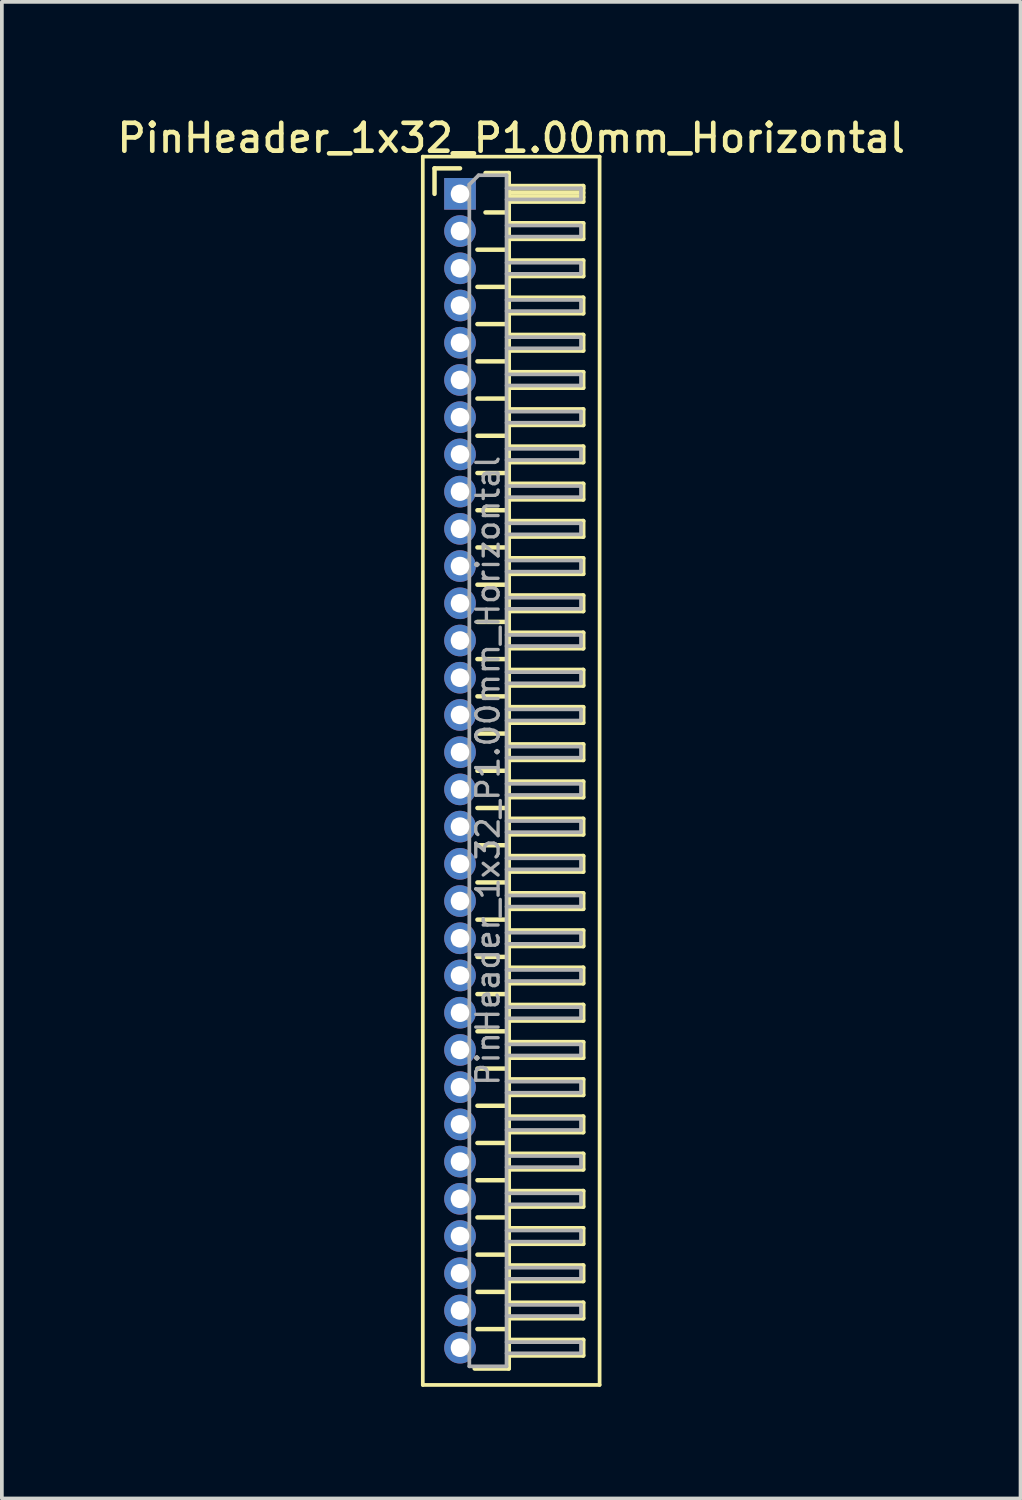
<source format=kicad_pcb>
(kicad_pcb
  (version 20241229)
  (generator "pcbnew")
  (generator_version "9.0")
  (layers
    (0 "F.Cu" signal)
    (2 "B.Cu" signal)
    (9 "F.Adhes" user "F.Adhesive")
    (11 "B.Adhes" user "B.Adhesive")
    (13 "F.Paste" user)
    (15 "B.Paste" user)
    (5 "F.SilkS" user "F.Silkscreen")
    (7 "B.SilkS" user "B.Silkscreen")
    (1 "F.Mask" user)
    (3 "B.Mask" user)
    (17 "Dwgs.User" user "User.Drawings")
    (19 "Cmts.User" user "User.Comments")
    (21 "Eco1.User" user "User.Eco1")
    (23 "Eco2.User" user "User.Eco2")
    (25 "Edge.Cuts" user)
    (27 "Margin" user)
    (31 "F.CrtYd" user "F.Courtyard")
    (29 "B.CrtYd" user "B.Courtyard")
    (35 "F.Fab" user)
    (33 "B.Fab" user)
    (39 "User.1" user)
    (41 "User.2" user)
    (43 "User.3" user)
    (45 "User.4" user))
  (footprint "PinHeader_1x32_P1.00mm_Horizontal"
    (layer "F.Cu")
    (at 9.309 2.158)
    (property "Reference" "PinHeader_1x32_P1.00mm_Horizontal" (at 1.375 -1.5 0) (layer "F.SilkS") (effects (font (size 0.75 0.75) (thickness 0.125))))
    (attr through_hole)
    (fp_line (start -1 -1) (end -1 32) (stroke (width 0.1) (type solid)) (layer "F.SilkS"))
    (fp_line (start -1 32) (end 3.75 32) (stroke (width 0.1) (type solid)) (layer "F.SilkS"))
    (fp_line (start -0.685 -0.685) (end 0 -0.685) (stroke (width 0.12) (type solid)) (layer "F.SilkS"))
    (fp_line (start -0.685 0) (end -0.685 -0.685) (stroke (width 0.12) (type solid)) (layer "F.SilkS"))
    (fp_line (start 0.468 1.5) (end 1.31 1.5) (stroke (width 0.12) (type solid)) (layer "F.SilkS"))
    (fp_line (start 0.468 2.5) (end 1.31 2.5) (stroke (width 0.12) (type solid)) (layer "F.SilkS"))
    (fp_line (start 0.468 3.5) (end 1.31 3.5) (stroke (width 0.12) (type solid)) (layer "F.SilkS"))
    (fp_line (start 0.468 4.5) (end 1.31 4.5) (stroke (width 0.12) (type solid)) (layer "F.SilkS"))
    (fp_line (start 0.468 5.5) (end 1.31 5.5) (stroke (width 0.12) (type solid)) (layer "F.SilkS"))
    (fp_line (start 0.468 6.5) (end 1.31 6.5) (stroke (width 0.12) (type solid)) (layer "F.SilkS"))
    (fp_line (start 0.468 7.5) (end 1.31 7.5) (stroke (width 0.12) (type solid)) (layer "F.SilkS"))
    (fp_line (start 0.468 8.5) (end 1.31 8.5) (stroke (width 0.12) (type solid)) (layer "F.SilkS"))
    (fp_line (start 0.468 9.5) (end 1.31 9.5) (stroke (width 0.12) (type solid)) (layer "F.SilkS"))
    (fp_line (start 0.468 10.5) (end 1.31 10.5) (stroke (width 0.12) (type solid)) (layer "F.SilkS"))
    (fp_line (start 0.468 11.5) (end 1.31 11.5) (stroke (width 0.12) (type solid)) (layer "F.SilkS"))
    (fp_line (start 0.468 12.5) (end 1.31 12.5) (stroke (width 0.12) (type solid)) (layer "F.SilkS"))
    (fp_line (start 0.468 13.5) (end 1.31 13.5) (stroke (width 0.12) (type solid)) (layer "F.SilkS"))
    (fp_line (start 0.468 14.5) (end 1.31 14.5) (stroke (width 0.12) (type solid)) (layer "F.SilkS"))
    (fp_line (start 0.468 15.5) (end 1.31 15.5) (stroke (width 0.12) (type solid)) (layer "F.SilkS"))
    (fp_line (start 0.468 16.5) (end 1.31 16.5) (stroke (width 0.12) (type solid)) (layer "F.SilkS"))
    (fp_line (start 0.468 17.5) (end 1.31 17.5) (stroke (width 0.12) (type solid)) (layer "F.SilkS"))
    (fp_line (start 0.468 18.5) (end 1.31 18.5) (stroke (width 0.12) (type solid)) (layer "F.SilkS"))
    (fp_line (start 0.468 19.5) (end 1.31 19.5) (stroke (width 0.12) (type solid)) (layer "F.SilkS"))
    (fp_line (start 0.468 20.5) (end 1.31 20.5) (stroke (width 0.12) (type solid)) (layer "F.SilkS"))
    (fp_line (start 0.468 21.5) (end 1.31 21.5) (stroke (width 0.12) (type solid)) (layer "F.SilkS"))
    (fp_line (start 0.468 22.5) (end 1.31 22.5) (stroke (width 0.12) (type solid)) (layer "F.SilkS"))
    (fp_line (start 0.468 23.5) (end 1.31 23.5) (stroke (width 0.12) (type solid)) (layer "F.SilkS"))
    (fp_line (start 0.468 24.5) (end 1.31 24.5) (stroke (width 0.12) (type solid)) (layer "F.SilkS"))
    (fp_line (start 0.468 25.5) (end 1.31 25.5) (stroke (width 0.12) (type solid)) (layer "F.SilkS"))
    (fp_line (start 0.468 26.5) (end 1.31 26.5) (stroke (width 0.12) (type solid)) (layer "F.SilkS"))
    (fp_line (start 0.468 27.5) (end 1.31 27.5) (stroke (width 0.12) (type solid)) (layer "F.SilkS"))
    (fp_line (start 0.468 28.5) (end 1.31 28.5) (stroke (width 0.12) (type solid)) (layer "F.SilkS"))
    (fp_line (start 0.468 29.5) (end 1.31 29.5) (stroke (width 0.12) (type solid)) (layer "F.SilkS"))
    (fp_line (start 0.468 30.5) (end 1.31 30.5) (stroke (width 0.12) (type solid)) (layer "F.SilkS"))
    (fp_line (start 0.685 -0.56) (end 1.31 -0.56) (stroke (width 0.12) (type solid)) (layer "F.SilkS"))
    (fp_line (start 0.685 0.5) (end 1.31 0.5) (stroke (width 0.12) (type solid)) (layer "F.SilkS"))
    (fp_line (start 1.31 -0.56) (end 1.31 31.56) (stroke (width 0.12) (type solid)) (layer "F.SilkS"))
    (fp_line (start 1.31 -0.21) (end 3.31 -0.21) (stroke (width 0.12) (type solid)) (layer "F.SilkS"))
    (fp_line (start 1.31 -0.15) (end 3.31 -0.15) (stroke (width 0.12) (type solid)) (layer "F.SilkS"))
    (fp_line (start 1.31 -0.03) (end 3.31 -0.03) (stroke (width 0.12) (type solid)) (layer "F.SilkS"))
    (fp_line (start 1.31 0.09) (end 3.31 0.09) (stroke (width 0.12) (type solid)) (layer "F.SilkS"))
    (fp_line (start 1.31 0.79) (end 3.31 0.79) (stroke (width 0.12) (type solid)) (layer "F.SilkS"))
    (fp_line (start 1.31 1.79) (end 3.31 1.79) (stroke (width 0.12) (type solid)) (layer "F.SilkS"))
    (fp_line (start 1.31 2.79) (end 3.31 2.79) (stroke (width 0.12) (type solid)) (layer "F.SilkS"))
    (fp_line (start 1.31 3.79) (end 3.31 3.79) (stroke (width 0.12) (type solid)) (layer "F.SilkS"))
    (fp_line (start 1.31 4.79) (end 3.31 4.79) (stroke (width 0.12) (type solid)) (layer "F.SilkS"))
    (fp_line (start 1.31 5.79) (end 3.31 5.79) (stroke (width 0.12) (type solid)) (layer "F.SilkS"))
    (fp_line (start 1.31 6.79) (end 3.31 6.79) (stroke (width 0.12) (type solid)) (layer "F.SilkS"))
    (fp_line (start 1.31 7.79) (end 3.31 7.79) (stroke (width 0.12) (type solid)) (layer "F.SilkS"))
    (fp_line (start 1.31 8.79) (end 3.31 8.79) (stroke (width 0.12) (type solid)) (layer "F.SilkS"))
    (fp_line (start 1.31 9.79) (end 3.31 9.79) (stroke (width 0.12) (type solid)) (layer "F.SilkS"))
    (fp_line (start 1.31 10.79) (end 3.31 10.79) (stroke (width 0.12) (type solid)) (layer "F.SilkS"))
    (fp_line (start 1.31 11.79) (end 3.31 11.79) (stroke (width 0.12) (type solid)) (layer "F.SilkS"))
    (fp_line (start 1.31 12.79) (end 3.31 12.79) (stroke (width 0.12) (type solid)) (layer "F.SilkS"))
    (fp_line (start 1.31 13.79) (end 3.31 13.79) (stroke (width 0.12) (type solid)) (layer "F.SilkS"))
    (fp_line (start 1.31 14.79) (end 3.31 14.79) (stroke (width 0.12) (type solid)) (layer "F.SilkS"))
    (fp_line (start 1.31 15.79) (end 3.31 15.79) (stroke (width 0.12) (type solid)) (layer "F.SilkS"))
    (fp_line (start 1.31 16.79) (end 3.31 16.79) (stroke (width 0.12) (type solid)) (layer "F.SilkS"))
    (fp_line (start 1.31 17.79) (end 3.31 17.79) (stroke (width 0.12) (type solid)) (layer "F.SilkS"))
    (fp_line (start 1.31 18.79) (end 3.31 18.79) (stroke (width 0.12) (type solid)) (layer "F.SilkS"))
    (fp_line (start 1.31 19.79) (end 3.31 19.79) (stroke (width 0.12) (type solid)) (layer "F.SilkS"))
    (fp_line (start 1.31 20.79) (end 3.31 20.79) (stroke (width 0.12) (type solid)) (layer "F.SilkS"))
    (fp_line (start 1.31 21.79) (end 3.31 21.79) (stroke (width 0.12) (type solid)) (layer "F.SilkS"))
    (fp_line (start 1.31 22.79) (end 3.31 22.79) (stroke (width 0.12) (type solid)) (layer "F.SilkS"))
    (fp_line (start 1.31 23.79) (end 3.31 23.79) (stroke (width 0.12) (type solid)) (layer "F.SilkS"))
    (fp_line (start 1.31 24.79) (end 3.31 24.79) (stroke (width 0.12) (type solid)) (layer "F.SilkS"))
    (fp_line (start 1.31 25.79) (end 3.31 25.79) (stroke (width 0.12) (type solid)) (layer "F.SilkS"))
    (fp_line (start 1.31 26.79) (end 3.31 26.79) (stroke (width 0.12) (type solid)) (layer "F.SilkS"))
    (fp_line (start 1.31 27.79) (end 3.31 27.79) (stroke (width 0.12) (type solid)) (layer "F.SilkS"))
    (fp_line (start 1.31 28.79) (end 3.31 28.79) (stroke (width 0.12) (type solid)) (layer "F.SilkS"))
    (fp_line (start 1.31 29.79) (end 3.31 29.79) (stroke (width 0.12) (type solid)) (layer "F.SilkS"))
    (fp_line (start 1.31 30.79) (end 3.31 30.79) (stroke (width 0.12) (type solid)) (layer "F.SilkS"))
    (fp_line (start 1.31 31.56) (end 0.394 31.56) (stroke (width 0.12) (type solid)) (layer "F.SilkS"))
    (fp_line (start 3.31 -0.21) (end 3.31 0.21) (stroke (width 0.12) (type solid)) (layer "F.SilkS"))
    (fp_line (start 3.31 0.21) (end 1.31 0.21) (stroke (width 0.12) (type solid)) (layer "F.SilkS"))
    (fp_line (start 3.31 0.79) (end 3.31 1.21) (stroke (width 0.12) (type solid)) (layer "F.SilkS"))
    (fp_line (start 3.31 1.21) (end 1.31 1.21) (stroke (width 0.12) (type solid)) (layer "F.SilkS"))
    (fp_line (start 3.31 1.79) (end 3.31 2.21) (stroke (width 0.12) (type solid)) (layer "F.SilkS"))
    (fp_line (start 3.31 2.21) (end 1.31 2.21) (stroke (width 0.12) (type solid)) (layer "F.SilkS"))
    (fp_line (start 3.31 2.79) (end 3.31 3.21) (stroke (width 0.12) (type solid)) (layer "F.SilkS"))
    (fp_line (start 3.31 3.21) (end 1.31 3.21) (stroke (width 0.12) (type solid)) (layer "F.SilkS"))
    (fp_line (start 3.31 3.79) (end 3.31 4.21) (stroke (width 0.12) (type solid)) (layer "F.SilkS"))
    (fp_line (start 3.31 4.21) (end 1.31 4.21) (stroke (width 0.12) (type solid)) (layer "F.SilkS"))
    (fp_line (start 3.31 4.79) (end 3.31 5.21) (stroke (width 0.12) (type solid)) (layer "F.SilkS"))
    (fp_line (start 3.31 5.21) (end 1.31 5.21) (stroke (width 0.12) (type solid)) (layer "F.SilkS"))
    (fp_line (start 3.31 5.79) (end 3.31 6.21) (stroke (width 0.12) (type solid)) (layer "F.SilkS"))
    (fp_line (start 3.31 6.21) (end 1.31 6.21) (stroke (width 0.12) (type solid)) (layer "F.SilkS"))
    (fp_line (start 3.31 6.79) (end 3.31 7.21) (stroke (width 0.12) (type solid)) (layer "F.SilkS"))
    (fp_line (start 3.31 7.21) (end 1.31 7.21) (stroke (width 0.12) (type solid)) (layer "F.SilkS"))
    (fp_line (start 3.31 7.79) (end 3.31 8.21) (stroke (width 0.12) (type solid)) (layer "F.SilkS"))
    (fp_line (start 3.31 8.21) (end 1.31 8.21) (stroke (width 0.12) (type solid)) (layer "F.SilkS"))
    (fp_line (start 3.31 8.79) (end 3.31 9.21) (stroke (width 0.12) (type solid)) (layer "F.SilkS"))
    (fp_line (start 3.31 9.21) (end 1.31 9.21) (stroke (width 0.12) (type solid)) (layer "F.SilkS"))
    (fp_line (start 3.31 9.79) (end 3.31 10.21) (stroke (width 0.12) (type solid)) (layer "F.SilkS"))
    (fp_line (start 3.31 10.21) (end 1.31 10.21) (stroke (width 0.12) (type solid)) (layer "F.SilkS"))
    (fp_line (start 3.31 10.79) (end 3.31 11.21) (stroke (width 0.12) (type solid)) (layer "F.SilkS"))
    (fp_line (start 3.31 11.21) (end 1.31 11.21) (stroke (width 0.12) (type solid)) (layer "F.SilkS"))
    (fp_line (start 3.31 11.79) (end 3.31 12.21) (stroke (width 0.12) (type solid)) (layer "F.SilkS"))
    (fp_line (start 3.31 12.21) (end 1.31 12.21) (stroke (width 0.12) (type solid)) (layer "F.SilkS"))
    (fp_line (start 3.31 12.79) (end 3.31 13.21) (stroke (width 0.12) (type solid)) (layer "F.SilkS"))
    (fp_line (start 3.31 13.21) (end 1.31 13.21) (stroke (width 0.12) (type solid)) (layer "F.SilkS"))
    (fp_line (start 3.31 13.79) (end 3.31 14.21) (stroke (width 0.12) (type solid)) (layer "F.SilkS"))
    (fp_line (start 3.31 14.21) (end 1.31 14.21) (stroke (width 0.12) (type solid)) (layer "F.SilkS"))
    (fp_line (start 3.31 14.79) (end 3.31 15.21) (stroke (width 0.12) (type solid)) (layer "F.SilkS"))
    (fp_line (start 3.31 15.21) (end 1.31 15.21) (stroke (width 0.12) (type solid)) (layer "F.SilkS"))
    (fp_line (start 3.31 15.79) (end 3.31 16.21) (stroke (width 0.12) (type solid)) (layer "F.SilkS"))
    (fp_line (start 3.31 16.21) (end 1.31 16.21) (stroke (width 0.12) (type solid)) (layer "F.SilkS"))
    (fp_line (start 3.31 16.79) (end 3.31 17.21) (stroke (width 0.12) (type solid)) (layer "F.SilkS"))
    (fp_line (start 3.31 17.21) (end 1.31 17.21) (stroke (width 0.12) (type solid)) (layer "F.SilkS"))
    (fp_line (start 3.31 17.79) (end 3.31 18.21) (stroke (width 0.12) (type solid)) (layer "F.SilkS"))
    (fp_line (start 3.31 18.21) (end 1.31 18.21) (stroke (width 0.12) (type solid)) (layer "F.SilkS"))
    (fp_line (start 3.31 18.79) (end 3.31 19.21) (stroke (width 0.12) (type solid)) (layer "F.SilkS"))
    (fp_line (start 3.31 19.21) (end 1.31 19.21) (stroke (width 0.12) (type solid)) (layer "F.SilkS"))
    (fp_line (start 3.31 19.79) (end 3.31 20.21) (stroke (width 0.12) (type solid)) (layer "F.SilkS"))
    (fp_line (start 3.31 20.21) (end 1.31 20.21) (stroke (width 0.12) (type solid)) (layer "F.SilkS"))
    (fp_line (start 3.31 20.79) (end 3.31 21.21) (stroke (width 0.12) (type solid)) (layer "F.SilkS"))
    (fp_line (start 3.31 21.21) (end 1.31 21.21) (stroke (width 0.12) (type solid)) (layer "F.SilkS"))
    (fp_line (start 3.31 21.79) (end 3.31 22.21) (stroke (width 0.12) (type solid)) (layer "F.SilkS"))
    (fp_line (start 3.31 22.21) (end 1.31 22.21) (stroke (width 0.12) (type solid)) (layer "F.SilkS"))
    (fp_line (start 3.31 22.79) (end 3.31 23.21) (stroke (width 0.12) (type solid)) (layer "F.SilkS"))
    (fp_line (start 3.31 23.21) (end 1.31 23.21) (stroke (width 0.12) (type solid)) (layer "F.SilkS"))
    (fp_line (start 3.31 23.79) (end 3.31 24.21) (stroke (width 0.12) (type solid)) (layer "F.SilkS"))
    (fp_line (start 3.31 24.21) (end 1.31 24.21) (stroke (width 0.12) (type solid)) (layer "F.SilkS"))
    (fp_line (start 3.31 24.79) (end 3.31 25.21) (stroke (width 0.12) (type solid)) (layer "F.SilkS"))
    (fp_line (start 3.31 25.21) (end 1.31 25.21) (stroke (width 0.12) (type solid)) (layer "F.SilkS"))
    (fp_line (start 3.31 25.79) (end 3.31 26.21) (stroke (width 0.12) (type solid)) (layer "F.SilkS"))
    (fp_line (start 3.31 26.21) (end 1.31 26.21) (stroke (width 0.12) (type solid)) (layer "F.SilkS"))
    (fp_line (start 3.31 26.79) (end 3.31 27.21) (stroke (width 0.12) (type solid)) (layer "F.SilkS"))
    (fp_line (start 3.31 27.21) (end 1.31 27.21) (stroke (width 0.12) (type solid)) (layer "F.SilkS"))
    (fp_line (start 3.31 27.79) (end 3.31 28.21) (stroke (width 0.12) (type solid)) (layer "F.SilkS"))
    (fp_line (start 3.31 28.21) (end 1.31 28.21) (stroke (width 0.12) (type solid)) (layer "F.SilkS"))
    (fp_line (start 3.31 28.79) (end 3.31 29.21) (stroke (width 0.12) (type solid)) (layer "F.SilkS"))
    (fp_line (start 3.31 29.21) (end 1.31 29.21) (stroke (width 0.12) (type solid)) (layer "F.SilkS"))
    (fp_line (start 3.31 29.79) (end 3.31 30.21) (stroke (width 0.12) (type solid)) (layer "F.SilkS"))
    (fp_line (start 3.31 30.21) (end 1.31 30.21) (stroke (width 0.12) (type solid)) (layer "F.SilkS"))
    (fp_line (start 3.31 30.79) (end 3.31 31.21) (stroke (width 0.12) (type solid)) (layer "F.SilkS"))
    (fp_line (start 3.31 31.21) (end 1.31 31.21) (stroke (width 0.12) (type solid)) (layer "F.SilkS"))
    (fp_line (start 3.75 -1) (end -1 -1) (stroke (width 0.1) (type solid)) (layer "F.SilkS"))
    (fp_line (start 3.75 32) (end 3.75 -1) (stroke (width 0.1) (type solid)) (layer "F.SilkS"))
    (fp_line (start -0.15 -0.15) (end -0.15 0.15) (stroke (width 0.1) (type solid)) (layer "F.Fab"))
    (fp_line (start -0.15 -0.15) (end 0.25 -0.15) (stroke (width 0.1) (type solid)) (layer "F.Fab"))
    (fp_line (start -0.15 0.15) (end 0.25 0.15) (stroke (width 0.1) (type solid)) (layer "F.Fab"))
    (fp_line (start -0.15 0.85) (end -0.15 1.15) (stroke (width 0.1) (type solid)) (layer "F.Fab"))
    (fp_line (start -0.15 0.85) (end 0.25 0.85) (stroke (width 0.1) (type solid)) (layer "F.Fab"))
    (fp_line (start -0.15 1.15) (end 0.25 1.15) (stroke (width 0.1) (type solid)) (layer "F.Fab"))
    (fp_line (start -0.15 1.85) (end -0.15 2.15) (stroke (width 0.1) (type solid)) (layer "F.Fab"))
    (fp_line (start -0.15 1.85) (end 0.25 1.85) (stroke (width 0.1) (type solid)) (layer "F.Fab"))
    (fp_line (start -0.15 2.15) (end 0.25 2.15) (stroke (width 0.1) (type solid)) (layer "F.Fab"))
    (fp_line (start -0.15 2.85) (end -0.15 3.15) (stroke (width 0.1) (type solid)) (layer "F.Fab"))
    (fp_line (start -0.15 2.85) (end 0.25 2.85) (stroke (width 0.1) (type solid)) (layer "F.Fab"))
    (fp_line (start -0.15 3.15) (end 0.25 3.15) (stroke (width 0.1) (type solid)) (layer "F.Fab"))
    (fp_line (start -0.15 3.85) (end -0.15 4.15) (stroke (width 0.1) (type solid)) (layer "F.Fab"))
    (fp_line (start -0.15 3.85) (end 0.25 3.85) (stroke (width 0.1) (type solid)) (layer "F.Fab"))
    (fp_line (start -0.15 4.15) (end 0.25 4.15) (stroke (width 0.1) (type solid)) (layer "F.Fab"))
    (fp_line (start -0.15 4.85) (end -0.15 5.15) (stroke (width 0.1) (type solid)) (layer "F.Fab"))
    (fp_line (start -0.15 4.85) (end 0.25 4.85) (stroke (width 0.1) (type solid)) (layer "F.Fab"))
    (fp_line (start -0.15 5.15) (end 0.25 5.15) (stroke (width 0.1) (type solid)) (layer "F.Fab"))
    (fp_line (start -0.15 5.85) (end -0.15 6.15) (stroke (width 0.1) (type solid)) (layer "F.Fab"))
    (fp_line (start -0.15 5.85) (end 0.25 5.85) (stroke (width 0.1) (type solid)) (layer "F.Fab"))
    (fp_line (start -0.15 6.15) (end 0.25 6.15) (stroke (width 0.1) (type solid)) (layer "F.Fab"))
    (fp_line (start -0.15 6.85) (end -0.15 7.15) (stroke (width 0.1) (type solid)) (layer "F.Fab"))
    (fp_line (start -0.15 6.85) (end 0.25 6.85) (stroke (width 0.1) (type solid)) (layer "F.Fab"))
    (fp_line (start -0.15 7.15) (end 0.25 7.15) (stroke (width 0.1) (type solid)) (layer "F.Fab"))
    (fp_line (start -0.15 7.85) (end -0.15 8.15) (stroke (width 0.1) (type solid)) (layer "F.Fab"))
    (fp_line (start -0.15 7.85) (end 0.25 7.85) (stroke (width 0.1) (type solid)) (layer "F.Fab"))
    (fp_line (start -0.15 8.15) (end 0.25 8.15) (stroke (width 0.1) (type solid)) (layer "F.Fab"))
    (fp_line (start -0.15 8.85) (end -0.15 9.15) (stroke (width 0.1) (type solid)) (layer "F.Fab"))
    (fp_line (start -0.15 8.85) (end 0.25 8.85) (stroke (width 0.1) (type solid)) (layer "F.Fab"))
    (fp_line (start -0.15 9.15) (end 0.25 9.15) (stroke (width 0.1) (type solid)) (layer "F.Fab"))
    (fp_line (start -0.15 9.85) (end -0.15 10.15) (stroke (width 0.1) (type solid)) (layer "F.Fab"))
    (fp_line (start -0.15 9.85) (end 0.25 9.85) (stroke (width 0.1) (type solid)) (layer "F.Fab"))
    (fp_line (start -0.15 10.15) (end 0.25 10.15) (stroke (width 0.1) (type solid)) (layer "F.Fab"))
    (fp_line (start -0.15 10.85) (end -0.15 11.15) (stroke (width 0.1) (type solid)) (layer "F.Fab"))
    (fp_line (start -0.15 10.85) (end 0.25 10.85) (stroke (width 0.1) (type solid)) (layer "F.Fab"))
    (fp_line (start -0.15 11.15) (end 0.25 11.15) (stroke (width 0.1) (type solid)) (layer "F.Fab"))
    (fp_line (start -0.15 11.85) (end -0.15 12.15) (stroke (width 0.1) (type solid)) (layer "F.Fab"))
    (fp_line (start -0.15 11.85) (end 0.25 11.85) (stroke (width 0.1) (type solid)) (layer "F.Fab"))
    (fp_line (start -0.15 12.15) (end 0.25 12.15) (stroke (width 0.1) (type solid)) (layer "F.Fab"))
    (fp_line (start -0.15 12.85) (end -0.15 13.15) (stroke (width 0.1) (type solid)) (layer "F.Fab"))
    (fp_line (start -0.15 12.85) (end 0.25 12.85) (stroke (width 0.1) (type solid)) (layer "F.Fab"))
    (fp_line (start -0.15 13.15) (end 0.25 13.15) (stroke (width 0.1) (type solid)) (layer "F.Fab"))
    (fp_line (start -0.15 13.85) (end -0.15 14.15) (stroke (width 0.1) (type solid)) (layer "F.Fab"))
    (fp_line (start -0.15 13.85) (end 0.25 13.85) (stroke (width 0.1) (type solid)) (layer "F.Fab"))
    (fp_line (start -0.15 14.15) (end 0.25 14.15) (stroke (width 0.1) (type solid)) (layer "F.Fab"))
    (fp_line (start -0.15 14.85) (end -0.15 15.15) (stroke (width 0.1) (type solid)) (layer "F.Fab"))
    (fp_line (start -0.15 14.85) (end 0.25 14.85) (stroke (width 0.1) (type solid)) (layer "F.Fab"))
    (fp_line (start -0.15 15.15) (end 0.25 15.15) (stroke (width 0.1) (type solid)) (layer "F.Fab"))
    (fp_line (start -0.15 15.85) (end -0.15 16.15) (stroke (width 0.1) (type solid)) (layer "F.Fab"))
    (fp_line (start -0.15 15.85) (end 0.25 15.85) (stroke (width 0.1) (type solid)) (layer "F.Fab"))
    (fp_line (start -0.15 16.15) (end 0.25 16.15) (stroke (width 0.1) (type solid)) (layer "F.Fab"))
    (fp_line (start -0.15 16.85) (end -0.15 17.15) (stroke (width 0.1) (type solid)) (layer "F.Fab"))
    (fp_line (start -0.15 16.85) (end 0.25 16.85) (stroke (width 0.1) (type solid)) (layer "F.Fab"))
    (fp_line (start -0.15 17.15) (end 0.25 17.15) (stroke (width 0.1) (type solid)) (layer "F.Fab"))
    (fp_line (start -0.15 17.85) (end -0.15 18.15) (stroke (width 0.1) (type solid)) (layer "F.Fab"))
    (fp_line (start -0.15 17.85) (end 0.25 17.85) (stroke (width 0.1) (type solid)) (layer "F.Fab"))
    (fp_line (start -0.15 18.15) (end 0.25 18.15) (stroke (width 0.1) (type solid)) (layer "F.Fab"))
    (fp_line (start -0.15 18.85) (end -0.15 19.15) (stroke (width 0.1) (type solid)) (layer "F.Fab"))
    (fp_line (start -0.15 18.85) (end 0.25 18.85) (stroke (width 0.1) (type solid)) (layer "F.Fab"))
    (fp_line (start -0.15 19.15) (end 0.25 19.15) (stroke (width 0.1) (type solid)) (layer "F.Fab"))
    (fp_line (start -0.15 19.85) (end -0.15 20.15) (stroke (width 0.1) (type solid)) (layer "F.Fab"))
    (fp_line (start -0.15 19.85) (end 0.25 19.85) (stroke (width 0.1) (type solid)) (layer "F.Fab"))
    (fp_line (start -0.15 20.15) (end 0.25 20.15) (stroke (width 0.1) (type solid)) (layer "F.Fab"))
    (fp_line (start -0.15 20.85) (end -0.15 21.15) (stroke (width 0.1) (type solid)) (layer "F.Fab"))
    (fp_line (start -0.15 20.85) (end 0.25 20.85) (stroke (width 0.1) (type solid)) (layer "F.Fab"))
    (fp_line (start -0.15 21.15) (end 0.25 21.15) (stroke (width 0.1) (type solid)) (layer "F.Fab"))
    (fp_line (start -0.15 21.85) (end -0.15 22.15) (stroke (width 0.1) (type solid)) (layer "F.Fab"))
    (fp_line (start -0.15 21.85) (end 0.25 21.85) (stroke (width 0.1) (type solid)) (layer "F.Fab"))
    (fp_line (start -0.15 22.15) (end 0.25 22.15) (stroke (width 0.1) (type solid)) (layer "F.Fab"))
    (fp_line (start -0.15 22.85) (end -0.15 23.15) (stroke (width 0.1) (type solid)) (layer "F.Fab"))
    (fp_line (start -0.15 22.85) (end 0.25 22.85) (stroke (width 0.1) (type solid)) (layer "F.Fab"))
    (fp_line (start -0.15 23.15) (end 0.25 23.15) (stroke (width 0.1) (type solid)) (layer "F.Fab"))
    (fp_line (start -0.15 23.85) (end -0.15 24.15) (stroke (width 0.1) (type solid)) (layer "F.Fab"))
    (fp_line (start -0.15 23.85) (end 0.25 23.85) (stroke (width 0.1) (type solid)) (layer "F.Fab"))
    (fp_line (start -0.15 24.15) (end 0.25 24.15) (stroke (width 0.1) (type solid)) (layer "F.Fab"))
    (fp_line (start -0.15 24.85) (end -0.15 25.15) (stroke (width 0.1) (type solid)) (layer "F.Fab"))
    (fp_line (start -0.15 24.85) (end 0.25 24.85) (stroke (width 0.1) (type solid)) (layer "F.Fab"))
    (fp_line (start -0.15 25.15) (end 0.25 25.15) (stroke (width 0.1) (type solid)) (layer "F.Fab"))
    (fp_line (start -0.15 25.85) (end -0.15 26.15) (stroke (width 0.1) (type solid)) (layer "F.Fab"))
    (fp_line (start -0.15 25.85) (end 0.25 25.85) (stroke (width 0.1) (type solid)) (layer "F.Fab"))
    (fp_line (start -0.15 26.15) (end 0.25 26.15) (stroke (width 0.1) (type solid)) (layer "F.Fab"))
    (fp_line (start -0.15 26.85) (end -0.15 27.15) (stroke (width 0.1) (type solid)) (layer "F.Fab"))
    (fp_line (start -0.15 26.85) (end 0.25 26.85) (stroke (width 0.1) (type solid)) (layer "F.Fab"))
    (fp_line (start -0.15 27.15) (end 0.25 27.15) (stroke (width 0.1) (type solid)) (layer "F.Fab"))
    (fp_line (start -0.15 27.85) (end -0.15 28.15) (stroke (width 0.1) (type solid)) (layer "F.Fab"))
    (fp_line (start -0.15 27.85) (end 0.25 27.85) (stroke (width 0.1) (type solid)) (layer "F.Fab"))
    (fp_line (start -0.15 28.15) (end 0.25 28.15) (stroke (width 0.1) (type solid)) (layer "F.Fab"))
    (fp_line (start -0.15 28.85) (end -0.15 29.15) (stroke (width 0.1) (type solid)) (layer "F.Fab"))
    (fp_line (start -0.15 28.85) (end 0.25 28.85) (stroke (width 0.1) (type solid)) (layer "F.Fab"))
    (fp_line (start -0.15 29.15) (end 0.25 29.15) (stroke (width 0.1) (type solid)) (layer "F.Fab"))
    (fp_line (start -0.15 29.85) (end -0.15 30.15) (stroke (width 0.1) (type solid)) (layer "F.Fab"))
    (fp_line (start -0.15 29.85) (end 0.25 29.85) (stroke (width 0.1) (type solid)) (layer "F.Fab"))
    (fp_line (start -0.15 30.15) (end 0.25 30.15) (stroke (width 0.1) (type solid)) (layer "F.Fab"))
    (fp_line (start -0.15 30.85) (end -0.15 31.15) (stroke (width 0.1) (type solid)) (layer "F.Fab"))
    (fp_line (start -0.15 30.85) (end 0.25 30.85) (stroke (width 0.1) (type solid)) (layer "F.Fab"))
    (fp_line (start -0.15 31.15) (end 0.25 31.15) (stroke (width 0.1) (type solid)) (layer "F.Fab"))
    (fp_line (start 0.25 -0.25) (end 0.5 -0.5) (stroke (width 0.1) (type solid)) (layer "F.Fab"))
    (fp_line (start 0.25 31.5) (end 0.25 -0.25) (stroke (width 0.1) (type solid)) (layer "F.Fab"))
    (fp_line (start 0.5 -0.5) (end 1.25 -0.5) (stroke (width 0.1) (type solid)) (layer "F.Fab"))
    (fp_line (start 1.25 -0.5) (end 1.25 31.5) (stroke (width 0.1) (type solid)) (layer "F.Fab"))
    (fp_line (start 1.25 -0.15) (end 3.25 -0.15) (stroke (width 0.1) (type solid)) (layer "F.Fab"))
    (fp_line (start 1.25 0.15) (end 3.25 0.15) (stroke (width 0.1) (type solid)) (layer "F.Fab"))
    (fp_line (start 1.25 0.85) (end 3.25 0.85) (stroke (width 0.1) (type solid)) (layer "F.Fab"))
    (fp_line (start 1.25 1.15) (end 3.25 1.15) (stroke (width 0.1) (type solid)) (layer "F.Fab"))
    (fp_line (start 1.25 1.85) (end 3.25 1.85) (stroke (width 0.1) (type solid)) (layer "F.Fab"))
    (fp_line (start 1.25 2.15) (end 3.25 2.15) (stroke (width 0.1) (type solid)) (layer "F.Fab"))
    (fp_line (start 1.25 2.85) (end 3.25 2.85) (stroke (width 0.1) (type solid)) (layer "F.Fab"))
    (fp_line (start 1.25 3.15) (end 3.25 3.15) (stroke (width 0.1) (type solid)) (layer "F.Fab"))
    (fp_line (start 1.25 3.85) (end 3.25 3.85) (stroke (width 0.1) (type solid)) (layer "F.Fab"))
    (fp_line (start 1.25 4.15) (end 3.25 4.15) (stroke (width 0.1) (type solid)) (layer "F.Fab"))
    (fp_line (start 1.25 4.85) (end 3.25 4.85) (stroke (width 0.1) (type solid)) (layer "F.Fab"))
    (fp_line (start 1.25 5.15) (end 3.25 5.15) (stroke (width 0.1) (type solid)) (layer "F.Fab"))
    (fp_line (start 1.25 5.85) (end 3.25 5.85) (stroke (width 0.1) (type solid)) (layer "F.Fab"))
    (fp_line (start 1.25 6.15) (end 3.25 6.15) (stroke (width 0.1) (type solid)) (layer "F.Fab"))
    (fp_line (start 1.25 6.85) (end 3.25 6.85) (stroke (width 0.1) (type solid)) (layer "F.Fab"))
    (fp_line (start 1.25 7.15) (end 3.25 7.15) (stroke (width 0.1) (type solid)) (layer "F.Fab"))
    (fp_line (start 1.25 7.85) (end 3.25 7.85) (stroke (width 0.1) (type solid)) (layer "F.Fab"))
    (fp_line (start 1.25 8.15) (end 3.25 8.15) (stroke (width 0.1) (type solid)) (layer "F.Fab"))
    (fp_line (start 1.25 8.85) (end 3.25 8.85) (stroke (width 0.1) (type solid)) (layer "F.Fab"))
    (fp_line (start 1.25 9.15) (end 3.25 9.15) (stroke (width 0.1) (type solid)) (layer "F.Fab"))
    (fp_line (start 1.25 9.85) (end 3.25 9.85) (stroke (width 0.1) (type solid)) (layer "F.Fab"))
    (fp_line (start 1.25 10.15) (end 3.25 10.15) (stroke (width 0.1) (type solid)) (layer "F.Fab"))
    (fp_line (start 1.25 10.85) (end 3.25 10.85) (stroke (width 0.1) (type solid)) (layer "F.Fab"))
    (fp_line (start 1.25 11.15) (end 3.25 11.15) (stroke (width 0.1) (type solid)) (layer "F.Fab"))
    (fp_line (start 1.25 11.85) (end 3.25 11.85) (stroke (width 0.1) (type solid)) (layer "F.Fab"))
    (fp_line (start 1.25 12.15) (end 3.25 12.15) (stroke (width 0.1) (type solid)) (layer "F.Fab"))
    (fp_line (start 1.25 12.85) (end 3.25 12.85) (stroke (width 0.1) (type solid)) (layer "F.Fab"))
    (fp_line (start 1.25 13.15) (end 3.25 13.15) (stroke (width 0.1) (type solid)) (layer "F.Fab"))
    (fp_line (start 1.25 13.85) (end 3.25 13.85) (stroke (width 0.1) (type solid)) (layer "F.Fab"))
    (fp_line (start 1.25 14.15) (end 3.25 14.15) (stroke (width 0.1) (type solid)) (layer "F.Fab"))
    (fp_line (start 1.25 14.85) (end 3.25 14.85) (stroke (width 0.1) (type solid)) (layer "F.Fab"))
    (fp_line (start 1.25 15.15) (end 3.25 15.15) (stroke (width 0.1) (type solid)) (layer "F.Fab"))
    (fp_line (start 1.25 15.85) (end 3.25 15.85) (stroke (width 0.1) (type solid)) (layer "F.Fab"))
    (fp_line (start 1.25 16.15) (end 3.25 16.15) (stroke (width 0.1) (type solid)) (layer "F.Fab"))
    (fp_line (start 1.25 16.85) (end 3.25 16.85) (stroke (width 0.1) (type solid)) (layer "F.Fab"))
    (fp_line (start 1.25 17.15) (end 3.25 17.15) (stroke (width 0.1) (type solid)) (layer "F.Fab"))
    (fp_line (start 1.25 17.85) (end 3.25 17.85) (stroke (width 0.1) (type solid)) (layer "F.Fab"))
    (fp_line (start 1.25 18.15) (end 3.25 18.15) (stroke (width 0.1) (type solid)) (layer "F.Fab"))
    (fp_line (start 1.25 18.85) (end 3.25 18.85) (stroke (width 0.1) (type solid)) (layer "F.Fab"))
    (fp_line (start 1.25 19.15) (end 3.25 19.15) (stroke (width 0.1) (type solid)) (layer "F.Fab"))
    (fp_line (start 1.25 19.85) (end 3.25 19.85) (stroke (width 0.1) (type solid)) (layer "F.Fab"))
    (fp_line (start 1.25 20.15) (end 3.25 20.15) (stroke (width 0.1) (type solid)) (layer "F.Fab"))
    (fp_line (start 1.25 20.85) (end 3.25 20.85) (stroke (width 0.1) (type solid)) (layer "F.Fab"))
    (fp_line (start 1.25 21.15) (end 3.25 21.15) (stroke (width 0.1) (type solid)) (layer "F.Fab"))
    (fp_line (start 1.25 21.85) (end 3.25 21.85) (stroke (width 0.1) (type solid)) (layer "F.Fab"))
    (fp_line (start 1.25 22.15) (end 3.25 22.15) (stroke (width 0.1) (type solid)) (layer "F.Fab"))
    (fp_line (start 1.25 22.85) (end 3.25 22.85) (stroke (width 0.1) (type solid)) (layer "F.Fab"))
    (fp_line (start 1.25 23.15) (end 3.25 23.15) (stroke (width 0.1) (type solid)) (layer "F.Fab"))
    (fp_line (start 1.25 23.85) (end 3.25 23.85) (stroke (width 0.1) (type solid)) (layer "F.Fab"))
    (fp_line (start 1.25 24.15) (end 3.25 24.15) (stroke (width 0.1) (type solid)) (layer "F.Fab"))
    (fp_line (start 1.25 24.85) (end 3.25 24.85) (stroke (width 0.1) (type solid)) (layer "F.Fab"))
    (fp_line (start 1.25 25.15) (end 3.25 25.15) (stroke (width 0.1) (type solid)) (layer "F.Fab"))
    (fp_line (start 1.25 25.85) (end 3.25 25.85) (stroke (width 0.1) (type solid)) (layer "F.Fab"))
    (fp_line (start 1.25 26.15) (end 3.25 26.15) (stroke (width 0.1) (type solid)) (layer "F.Fab"))
    (fp_line (start 1.25 26.85) (end 3.25 26.85) (stroke (width 0.1) (type solid)) (layer "F.Fab"))
    (fp_line (start 1.25 27.15) (end 3.25 27.15) (stroke (width 0.1) (type solid)) (layer "F.Fab"))
    (fp_line (start 1.25 27.85) (end 3.25 27.85) (stroke (width 0.1) (type solid)) (layer "F.Fab"))
    (fp_line (start 1.25 28.15) (end 3.25 28.15) (stroke (width 0.1) (type solid)) (layer "F.Fab"))
    (fp_line (start 1.25 28.85) (end 3.25 28.85) (stroke (width 0.1) (type solid)) (layer "F.Fab"))
    (fp_line (start 1.25 29.15) (end 3.25 29.15) (stroke (width 0.1) (type solid)) (layer "F.Fab"))
    (fp_line (start 1.25 29.85) (end 3.25 29.85) (stroke (width 0.1) (type solid)) (layer "F.Fab"))
    (fp_line (start 1.25 30.15) (end 3.25 30.15) (stroke (width 0.1) (type solid)) (layer "F.Fab"))
    (fp_line (start 1.25 30.85) (end 3.25 30.85) (stroke (width 0.1) (type solid)) (layer "F.Fab"))
    (fp_line (start 1.25 31.15) (end 3.25 31.15) (stroke (width 0.1) (type solid)) (layer "F.Fab"))
    (fp_line (start 1.25 31.5) (end 0.25 31.5) (stroke (width 0.1) (type solid)) (layer "F.Fab"))
    (fp_line (start 3.25 -0.15) (end 3.25 0.15) (stroke (width 0.1) (type solid)) (layer "F.Fab"))
    (fp_line (start 3.25 0.85) (end 3.25 1.15) (stroke (width 0.1) (type solid)) (layer "F.Fab"))
    (fp_line (start 3.25 1.85) (end 3.25 2.15) (stroke (width 0.1) (type solid)) (layer "F.Fab"))
    (fp_line (start 3.25 2.85) (end 3.25 3.15) (stroke (width 0.1) (type solid)) (layer "F.Fab"))
    (fp_line (start 3.25 3.85) (end 3.25 4.15) (stroke (width 0.1) (type solid)) (layer "F.Fab"))
    (fp_line (start 3.25 4.85) (end 3.25 5.15) (stroke (width 0.1) (type solid)) (layer "F.Fab"))
    (fp_line (start 3.25 5.85) (end 3.25 6.15) (stroke (width 0.1) (type solid)) (layer "F.Fab"))
    (fp_line (start 3.25 6.85) (end 3.25 7.15) (stroke (width 0.1) (type solid)) (layer "F.Fab"))
    (fp_line (start 3.25 7.85) (end 3.25 8.15) (stroke (width 0.1) (type solid)) (layer "F.Fab"))
    (fp_line (start 3.25 8.85) (end 3.25 9.15) (stroke (width 0.1) (type solid)) (layer "F.Fab"))
    (fp_line (start 3.25 9.85) (end 3.25 10.15) (stroke (width 0.1) (type solid)) (layer "F.Fab"))
    (fp_line (start 3.25 10.85) (end 3.25 11.15) (stroke (width 0.1) (type solid)) (layer "F.Fab"))
    (fp_line (start 3.25 11.85) (end 3.25 12.15) (stroke (width 0.1) (type solid)) (layer "F.Fab"))
    (fp_line (start 3.25 12.85) (end 3.25 13.15) (stroke (width 0.1) (type solid)) (layer "F.Fab"))
    (fp_line (start 3.25 13.85) (end 3.25 14.15) (stroke (width 0.1) (type solid)) (layer "F.Fab"))
    (fp_line (start 3.25 14.85) (end 3.25 15.15) (stroke (width 0.1) (type solid)) (layer "F.Fab"))
    (fp_line (start 3.25 15.85) (end 3.25 16.15) (stroke (width 0.1) (type solid)) (layer "F.Fab"))
    (fp_line (start 3.25 16.85) (end 3.25 17.15) (stroke (width 0.1) (type solid)) (layer "F.Fab"))
    (fp_line (start 3.25 17.85) (end 3.25 18.15) (stroke (width 0.1) (type solid)) (layer "F.Fab"))
    (fp_line (start 3.25 18.85) (end 3.25 19.15) (stroke (width 0.1) (type solid)) (layer "F.Fab"))
    (fp_line (start 3.25 19.85) (end 3.25 20.15) (stroke (width 0.1) (type solid)) (layer "F.Fab"))
    (fp_line (start 3.25 20.85) (end 3.25 21.15) (stroke (width 0.1) (type solid)) (layer "F.Fab"))
    (fp_line (start 3.25 21.85) (end 3.25 22.15) (stroke (width 0.1) (type solid)) (layer "F.Fab"))
    (fp_line (start 3.25 22.85) (end 3.25 23.15) (stroke (width 0.1) (type solid)) (layer "F.Fab"))
    (fp_line (start 3.25 23.85) (end 3.25 24.15) (stroke (width 0.1) (type solid)) (layer "F.Fab"))
    (fp_line (start 3.25 24.85) (end 3.25 25.15) (stroke (width 0.1) (type solid)) (layer "F.Fab"))
    (fp_line (start 3.25 25.85) (end 3.25 26.15) (stroke (width 0.1) (type solid)) (layer "F.Fab"))
    (fp_line (start 3.25 26.85) (end 3.25 27.15) (stroke (width 0.1) (type solid)) (layer "F.Fab"))
    (fp_line (start 3.25 27.85) (end 3.25 28.15) (stroke (width 0.1) (type solid)) (layer "F.Fab"))
    (fp_line (start 3.25 28.85) (end 3.25 29.15) (stroke (width 0.1) (type solid)) (layer "F.Fab"))
    (fp_line (start 3.25 29.85) (end 3.25 30.15) (stroke (width 0.1) (type solid)) (layer "F.Fab"))
    (fp_line (start 3.25 30.85) (end 3.25 31.15) (stroke (width 0.1) (type solid)) (layer "F.Fab"))
    (fp_text user "${REFERENCE}" (at 0.75 15.5 90) (layer "F.Fab") (effects (font (size 0.6 0.6) (thickness 0.09))))
    (pad "1" thru_hole rect (at 0 0) (size 0.85 0.85) (drill 0.5) (layers "*.Cu" "*.Mask"))
    (pad "2" thru_hole oval (at 0 1) (size 0.85 0.85) (drill 0.5) (layers "*.Cu" "*.Mask"))
    (pad "3" thru_hole oval (at 0 2) (size 0.85 0.85) (drill 0.5) (layers "*.Cu" "*.Mask"))
    (pad "4" thru_hole oval (at 0 3) (size 0.85 0.85) (drill 0.5) (layers "*.Cu" "*.Mask"))
    (pad "5" thru_hole oval (at 0 4) (size 0.85 0.85) (drill 0.5) (layers "*.Cu" "*.Mask"))
    (pad "6" thru_hole oval (at 0 5) (size 0.85 0.85) (drill 0.5) (layers "*.Cu" "*.Mask"))
    (pad "7" thru_hole oval (at 0 6) (size 0.85 0.85) (drill 0.5) (layers "*.Cu" "*.Mask"))
    (pad "8" thru_hole oval (at 0 7) (size 0.85 0.85) (drill 0.5) (layers "*.Cu" "*.Mask"))
    (pad "9" thru_hole oval (at 0 8) (size 0.85 0.85) (drill 0.5) (layers "*.Cu" "*.Mask"))
    (pad "10" thru_hole oval (at 0 9) (size 0.85 0.85) (drill 0.5) (layers "*.Cu" "*.Mask"))
    (pad "11" thru_hole oval (at 0 10) (size 0.85 0.85) (drill 0.5) (layers "*.Cu" "*.Mask"))
    (pad "12" thru_hole oval (at 0 11) (size 0.85 0.85) (drill 0.5) (layers "*.Cu" "*.Mask"))
    (pad "13" thru_hole oval (at 0 12) (size 0.85 0.85) (drill 0.5) (layers "*.Cu" "*.Mask"))
    (pad "14" thru_hole oval (at 0 13) (size 0.85 0.85) (drill 0.5) (layers "*.Cu" "*.Mask"))
    (pad "15" thru_hole oval (at 0 14) (size 0.85 0.85) (drill 0.5) (layers "*.Cu" "*.Mask"))
    (pad "16" thru_hole oval (at 0 15) (size 0.85 0.85) (drill 0.5) (layers "*.Cu" "*.Mask"))
    (pad "17" thru_hole oval (at 0 16) (size 0.85 0.85) (drill 0.5) (layers "*.Cu" "*.Mask"))
    (pad "18" thru_hole oval (at 0 17) (size 0.85 0.85) (drill 0.5) (layers "*.Cu" "*.Mask"))
    (pad "19" thru_hole oval (at 0 18) (size 0.85 0.85) (drill 0.5) (layers "*.Cu" "*.Mask"))
    (pad "20" thru_hole oval (at 0 19) (size 0.85 0.85) (drill 0.5) (layers "*.Cu" "*.Mask"))
    (pad "21" thru_hole oval (at 0 20) (size 0.85 0.85) (drill 0.5) (layers "*.Cu" "*.Mask"))
    (pad "22" thru_hole oval (at 0 21) (size 0.85 0.85) (drill 0.5) (layers "*.Cu" "*.Mask"))
    (pad "23" thru_hole oval (at 0 22) (size 0.85 0.85) (drill 0.5) (layers "*.Cu" "*.Mask"))
    (pad "24" thru_hole oval (at 0 23) (size 0.85 0.85) (drill 0.5) (layers "*.Cu" "*.Mask"))
    (pad "25" thru_hole oval (at 0 24) (size 0.85 0.85) (drill 0.5) (layers "*.Cu" "*.Mask"))
    (pad "26" thru_hole oval (at 0 25) (size 0.85 0.85) (drill 0.5) (layers "*.Cu" "*.Mask"))
    (pad "27" thru_hole oval (at 0 26) (size 0.85 0.85) (drill 0.5) (layers "*.Cu" "*.Mask"))
    (pad "28" thru_hole oval (at 0 27) (size 0.85 0.85) (drill 0.5) (layers "*.Cu" "*.Mask"))
    (pad "29" thru_hole oval (at 0 28) (size 0.85 0.85) (drill 0.5) (layers "*.Cu" "*.Mask"))
    (pad "30" thru_hole oval (at 0 29) (size 0.85 0.85) (drill 0.5) (layers "*.Cu" "*.Mask"))
    (pad "31" thru_hole oval (at 0 30) (size 0.85 0.85) (drill 0.5) (layers "*.Cu" "*.Mask"))
    (pad "32" thru_hole oval (at 0 31) (size 0.85 0.85) (drill 0.5) (layers "*.Cu" "*.Mask")))
  (gr_rect
    (start -3 -3)
    (end 24.368 37.208)
    (stroke (width 0.1) (type default))
    (fill no)
    (layer "Edge.Cuts")))
</source>
